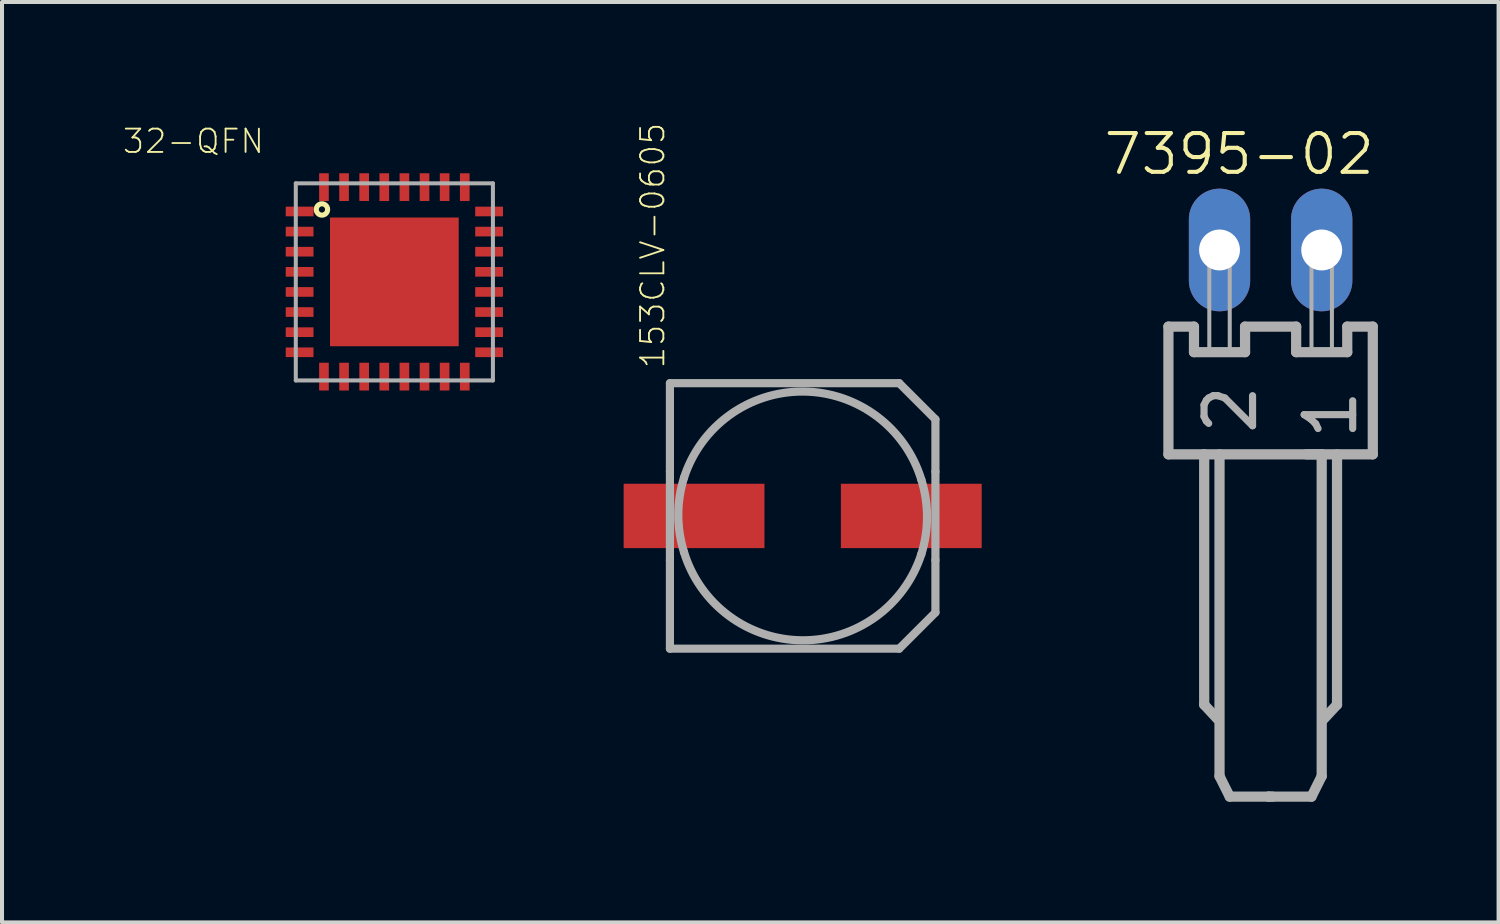
<source format=kicad_pcb>
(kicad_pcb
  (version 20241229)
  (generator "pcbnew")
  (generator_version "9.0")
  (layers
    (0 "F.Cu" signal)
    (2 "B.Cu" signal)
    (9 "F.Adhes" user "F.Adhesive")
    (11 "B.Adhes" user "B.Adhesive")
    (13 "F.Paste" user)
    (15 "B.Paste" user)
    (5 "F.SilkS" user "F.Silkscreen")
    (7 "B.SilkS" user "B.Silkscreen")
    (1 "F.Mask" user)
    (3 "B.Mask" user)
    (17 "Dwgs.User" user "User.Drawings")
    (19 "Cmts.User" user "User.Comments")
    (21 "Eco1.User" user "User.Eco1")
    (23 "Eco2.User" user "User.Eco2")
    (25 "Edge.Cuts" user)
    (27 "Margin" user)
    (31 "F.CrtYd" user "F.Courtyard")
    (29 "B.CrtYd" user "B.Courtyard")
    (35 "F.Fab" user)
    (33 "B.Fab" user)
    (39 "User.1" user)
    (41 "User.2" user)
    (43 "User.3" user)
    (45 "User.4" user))
  (footprint "7395-02"
    (layer "F.Cu")
    (at 28.535 3.164)
    (property "Reference" "7395-02" (at 2.64 -2.948 0) (layer "F.SilkS") (effects (font (size 0.965 0.965) (thickness 0.102)) (justify right top)))
    (attr through_hole)
    (fp_line (start -2.54 1.905) (end -2.54 5.08) (stroke (width 0.254) (type solid)) (layer "F.Fab"))
    (fp_line (start -2.54 5.08) (end -1.651 5.08) (stroke (width 0.254) (type solid)) (layer "F.Fab"))
    (fp_line (start -1.905 1.905) (end -2.54 1.905) (stroke (width 0.254) (type solid)) (layer "F.Fab"))
    (fp_line (start -1.905 2.54) (end -1.905 1.905) (stroke (width 0.254) (type solid)) (layer "F.Fab"))
    (fp_line (start -1.651 5.08) (end -1.651 11.303) (stroke (width 0.254) (type solid)) (layer "F.Fab"))
    (fp_line (start -1.651 5.08) (end 1.27 5.08) (stroke (width 0.254) (type solid)) (layer "F.Fab"))
    (fp_line (start -1.651 11.303) (end -1.321 11.659) (stroke (width 0.254) (type solid)) (layer "F.Fab"))
    (fp_line (start -1.27 5.08) (end -1.27 13.081) (stroke (width 0.254) (type solid)) (layer "F.Fab"))
    (fp_line (start -1.27 13.081) (end -1.016 13.589) (stroke (width 0.254) (type solid)) (layer "F.Fab"))
    (fp_line (start -1.016 13.589) (end -0.051 13.589) (stroke (width 0.254) (type solid)) (layer "F.Fab"))
    (fp_line (start -0.635 1.905) (end -0.635 2.54) (stroke (width 0.254) (type solid)) (layer "F.Fab"))
    (fp_line (start -0.635 2.54) (end -1.905 2.54) (stroke (width 0.254) (type solid)) (layer "F.Fab"))
    (fp_line (start -0.051 13.589) (end 0.051 13.589) (stroke (width 0.254) (type solid)) (layer "F.Fab"))
    (fp_line (start 0.635 1.905) (end -0.635 1.905) (stroke (width 0.254) (type solid)) (layer "F.Fab"))
    (fp_line (start 0.635 2.54) (end 0.635 1.905) (stroke (width 0.254) (type solid)) (layer "F.Fab"))
    (fp_line (start 1.016 13.589) (end -0.051 13.589) (stroke (width 0.254) (type solid)) (layer "F.Fab"))
    (fp_line (start 1.27 5.08) (end 0.889 5.08) (stroke (width 0.254) (type solid)) (layer "F.Fab"))
    (fp_line (start 1.27 5.08) (end 1.27 13.081) (stroke (width 0.254) (type solid)) (layer "F.Fab"))
    (fp_line (start 1.27 5.08) (end 2.54 5.08) (stroke (width 0.254) (type solid)) (layer "F.Fab"))
    (fp_line (start 1.27 13.081) (end 1.016 13.589) (stroke (width 0.254) (type solid)) (layer "F.Fab"))
    (fp_line (start 1.651 5.08) (end 1.651 11.303) (stroke (width 0.254) (type solid)) (layer "F.Fab"))
    (fp_line (start 1.651 11.303) (end 1.321 11.659) (stroke (width 0.254) (type solid)) (layer "F.Fab"))
    (fp_line (start 1.905 1.905) (end 1.905 2.54) (stroke (width 0.254) (type solid)) (layer "F.Fab"))
    (fp_line (start 1.905 2.54) (end 0.635 2.54) (stroke (width 0.254) (type solid)) (layer "F.Fab"))
    (fp_line (start 2.54 1.905) (end 1.905 1.905) (stroke (width 0.254) (type solid)) (layer "F.Fab"))
    (fp_line (start 2.54 5.08) (end 2.54 1.905) (stroke (width 0.254) (type solid)) (layer "F.Fab"))
    (fp_poly (pts (xy -1.524 0.254) (xy -1.016 0.254) (xy -1.016 -0.254) (xy -1.524 -0.254)) (stroke (width 0.1) (type solid)) (fill no) (layer "F.Fab"))
    (fp_poly (pts (xy -1.524 2.515) (xy -1.016 2.515) (xy -1.016 0.279) (xy -1.524 0.279)) (stroke (width 0.1) (type solid)) (fill no) (layer "F.Fab"))
    (fp_poly (pts (xy 1.016 0.254) (xy 1.524 0.254) (xy 1.524 -0.254) (xy 1.016 -0.254)) (stroke (width 0.1) (type solid)) (fill no) (layer "F.Fab"))
    (fp_poly (pts (xy 1.016 2.515) (xy 1.524 2.515) (xy 1.524 0.279) (xy 1.016 0.279)) (stroke (width 0.1) (type solid)) (fill no) (layer "F.Fab"))
    (fp_text user "2" (at -1.703 3.275 90) (layer "F.Fab") (effects (font (size 1.206 1.206) (thickness 0.178)) (justify right top)))
    (fp_text user "1" (at 0.786 3.402 90) (layer "F.Fab") (effects (font (size 1.206 1.206) (thickness 0.178)) (justify right top)))
    (pad "1" thru_hole oval (at 1.27 0 90) (size 3.048 1.524) (drill 1.016) (layers "*.Cu" "*.Mask"))
    (pad "2" thru_hole oval (at -1.27 0 90) (size 3.048 1.524) (drill 1.016) (layers "*.Cu" "*.Mask")))
  (footprint "153CLV-0605"
    (layer "F.Cu")
    (at 16.903 9.775)
    (property "Reference" "153CLV-0605" (at -3.39 -3.63 270) (layer "F.SilkS") (effects (font (size 0.579 0.579) (thickness 0.046)) (justify left bottom)))
    (attr through_hole)
    (fp_line (start -3.3 -3.3) (end 2.4 -3.3) (stroke (width 0.203) (type solid)) (layer "F.Fab"))
    (fp_line (start -3.3 -1.1) (end -3.3 -3.3) (stroke (width 0.203) (type solid)) (layer "F.Fab"))
    (fp_line (start -3.3 1.1) (end -3.3 -1.1) (stroke (width 0.203) (type solid)) (layer "F.Fab"))
    (fp_line (start -3.3 3.3) (end -3.3 1.1) (stroke (width 0.203) (type solid)) (layer "F.Fab"))
    (fp_line (start 2.4 -3.3) (end 3.3 -2.4) (stroke (width 0.203) (type solid)) (layer "F.Fab"))
    (fp_line (start 2.4 3.3) (end -3.3 3.3) (stroke (width 0.203) (type solid)) (layer "F.Fab"))
    (fp_line (start 3.3 -2.4) (end 3.3 -1.1) (stroke (width 0.203) (type solid)) (layer "F.Fab"))
    (fp_line (start 3.3 -1.1) (end 3.3 1.1) (stroke (width 0.203) (type solid)) (layer "F.Fab"))
    (fp_line (start 3.3 1.1) (end 3.3 2.4) (stroke (width 0.203) (type solid)) (layer "F.Fab"))
    (fp_line (start 3.3 2.4) (end 2.4 3.3) (stroke (width 0.203) (type solid)) (layer "F.Fab"))
    (fp_arc (start -2.95 -0.95) (mid 0.018362 -3.091623) (end 2.950002 -0.900001) (stroke (width 0.2032) (type solid)) (layer "F.Fab"))
    (fp_arc (start -2.95 0.9) (mid -3.091622 -0.025) (end -2.95 -0.95) (stroke (width 0.2032) (type solid)) (layer "F.Fab"))
    (fp_arc (start 2.949998 0.949999) (mid -0.018362 3.09162) (end -2.95 0.9) (stroke (width 0.2032) (type solid)) (layer "F.Fab"))
    (fp_arc (start 2.95 -0.9) (mid 3.091622 0.025) (end 2.95 0.95) (stroke (width 0.2032) (type solid)) (layer "F.Fab"))
    (pad "+" smd rect (at 2.7 0) (size 3.5 1.6) (layers "F.Cu" "F.Mask" "F.Paste"))
    (pad "-" smd rect (at -2.7 0) (size 3.5 1.6) (layers "F.Cu" "F.Mask" "F.Paste")))
  (footprint "32-QFN"
    (layer "F.Cu")
    (at 6.753 3.957)
    (property "Reference" "32-QFN" (at -3.2 -3.835 0) (layer "F.SilkS") (effects (font (size 0.579 0.579) (thickness 0.046)) (justify right top)))
    (attr through_hole)
    (fp_circle (center -1.8 -1.8) (end -1.659 -1.8) (stroke (width 0.127) (type solid)) (fill no) (layer "F.SilkS"))
    (fp_line (start -2.45 -2.45) (end -2.45 2.45) (stroke (width 0.1) (type solid)) (layer "F.Fab"))
    (fp_line (start -2.45 2.45) (end 2.45 2.45) (stroke (width 0.1) (type solid)) (layer "F.Fab"))
    (fp_line (start 2.45 -2.45) (end -2.45 -2.45) (stroke (width 0.1) (type solid)) (layer "F.Fab"))
    (fp_line (start 2.45 2.45) (end 2.45 -2.45) (stroke (width 0.1) (type solid)) (layer "F.Fab"))
    (pad "1" smd rect (at -2.355 -1.75) (size 0.69 0.24) (layers "F.Cu" "F.Mask" "F.Paste"))
    (pad "2" smd rect (at -2.355 -1.25) (size 0.69 0.24) (layers "F.Cu" "F.Mask" "F.Paste"))
    (pad "3" smd rect (at -2.355 -0.75) (size 0.69 0.24) (layers "F.Cu" "F.Mask" "F.Paste"))
    (pad "4" smd rect (at -2.355 -0.25) (size 0.69 0.24) (layers "F.Cu" "F.Mask" "F.Paste"))
    (pad "5" smd rect (at -2.355 0.25) (size 0.69 0.24) (layers "F.Cu" "F.Mask" "F.Paste"))
    (pad "6" smd rect (at -2.355 0.75) (size 0.69 0.24) (layers "F.Cu" "F.Mask" "F.Paste"))
    (pad "7" smd rect (at -2.355 1.25) (size 0.69 0.24) (layers "F.Cu" "F.Mask" "F.Paste"))
    (pad "8" smd rect (at -2.355 1.75) (size 0.69 0.24) (layers "F.Cu" "F.Mask" "F.Paste"))
    (pad "9" smd rect (at -1.75 2.355) (size 0.24 0.69) (layers "F.Cu" "F.Mask" "F.Paste"))
    (pad "10" smd rect (at -1.25 2.355) (size 0.24 0.69) (layers "F.Cu" "F.Mask" "F.Paste"))
    (pad "11" smd rect (at -0.75 2.355) (size 0.24 0.69) (layers "F.Cu" "F.Mask" "F.Paste"))
    (pad "12" smd rect (at -0.25 2.355) (size 0.24 0.69) (layers "F.Cu" "F.Mask" "F.Paste"))
    (pad "13" smd rect (at 0.25 2.355) (size 0.24 0.69) (layers "F.Cu" "F.Mask" "F.Paste"))
    (pad "14" smd rect (at 0.75 2.355) (size 0.24 0.69) (layers "F.Cu" "F.Mask" "F.Paste"))
    (pad "15" smd rect (at 1.25 2.355) (size 0.24 0.69) (layers "F.Cu" "F.Mask" "F.Paste"))
    (pad "16" smd rect (at 1.75 2.355) (size 0.24 0.69) (layers "F.Cu" "F.Mask" "F.Paste"))
    (pad "17" smd rect (at 2.355 1.75) (size 0.69 0.24) (layers "F.Cu" "F.Mask" "F.Paste"))
    (pad "18" smd rect (at 2.355 1.25) (size 0.69 0.24) (layers "F.Cu" "F.Mask" "F.Paste"))
    (pad "19" smd rect (at 2.355 0.75) (size 0.69 0.24) (layers "F.Cu" "F.Mask" "F.Paste"))
    (pad "20" smd rect (at 2.355 0.25) (size 0.69 0.24) (layers "F.Cu" "F.Mask" "F.Paste"))
    (pad "21" smd rect (at 2.355 -0.25) (size 0.69 0.24) (layers "F.Cu" "F.Mask" "F.Paste"))
    (pad "22" smd rect (at 2.355 -0.75) (size 0.69 0.24) (layers "F.Cu" "F.Mask" "F.Paste"))
    (pad "23" smd rect (at 2.355 -1.25) (size 0.69 0.24) (layers "F.Cu" "F.Mask" "F.Paste"))
    (pad "24" smd rect (at 2.355 -1.75) (size 0.69 0.24) (layers "F.Cu" "F.Mask" "F.Paste"))
    (pad "25" smd rect (at 1.75 -2.355) (size 0.24 0.69) (layers "F.Cu" "F.Mask" "F.Paste"))
    (pad "26" smd rect (at 1.25 -2.355) (size 0.24 0.69) (layers "F.Cu" "F.Mask" "F.Paste"))
    (pad "27" smd rect (at 0.75 -2.355) (size 0.24 0.69) (layers "F.Cu" "F.Mask" "F.Paste"))
    (pad "28" smd rect (at 0.25 -2.355) (size 0.24 0.69) (layers "F.Cu" "F.Mask" "F.Paste"))
    (pad "29" smd rect (at -0.25 -2.355) (size 0.24 0.69) (layers "F.Cu" "F.Mask" "F.Paste"))
    (pad "30" smd rect (at -0.75 -2.355) (size 0.24 0.69) (layers "F.Cu" "F.Mask" "F.Paste"))
    (pad "31" smd rect (at -1.25 -2.355) (size 0.24 0.69) (layers "F.Cu" "F.Mask" "F.Paste"))
    (pad "32" smd rect (at -1.75 -2.355) (size 0.24 0.69) (layers "F.Cu" "F.Mask" "F.Paste"))
    (pad "33" smd rect (at 0 0) (size 3.2 3.2) (layers "F.Cu" "F.Mask" "F.Paste")))
  (gr_rect
    (start -3 -3)
    (end 34.202 19.88)
    (stroke (width 0.1) (type default))
    (fill no)
    (layer "Edge.Cuts")))
</source>
